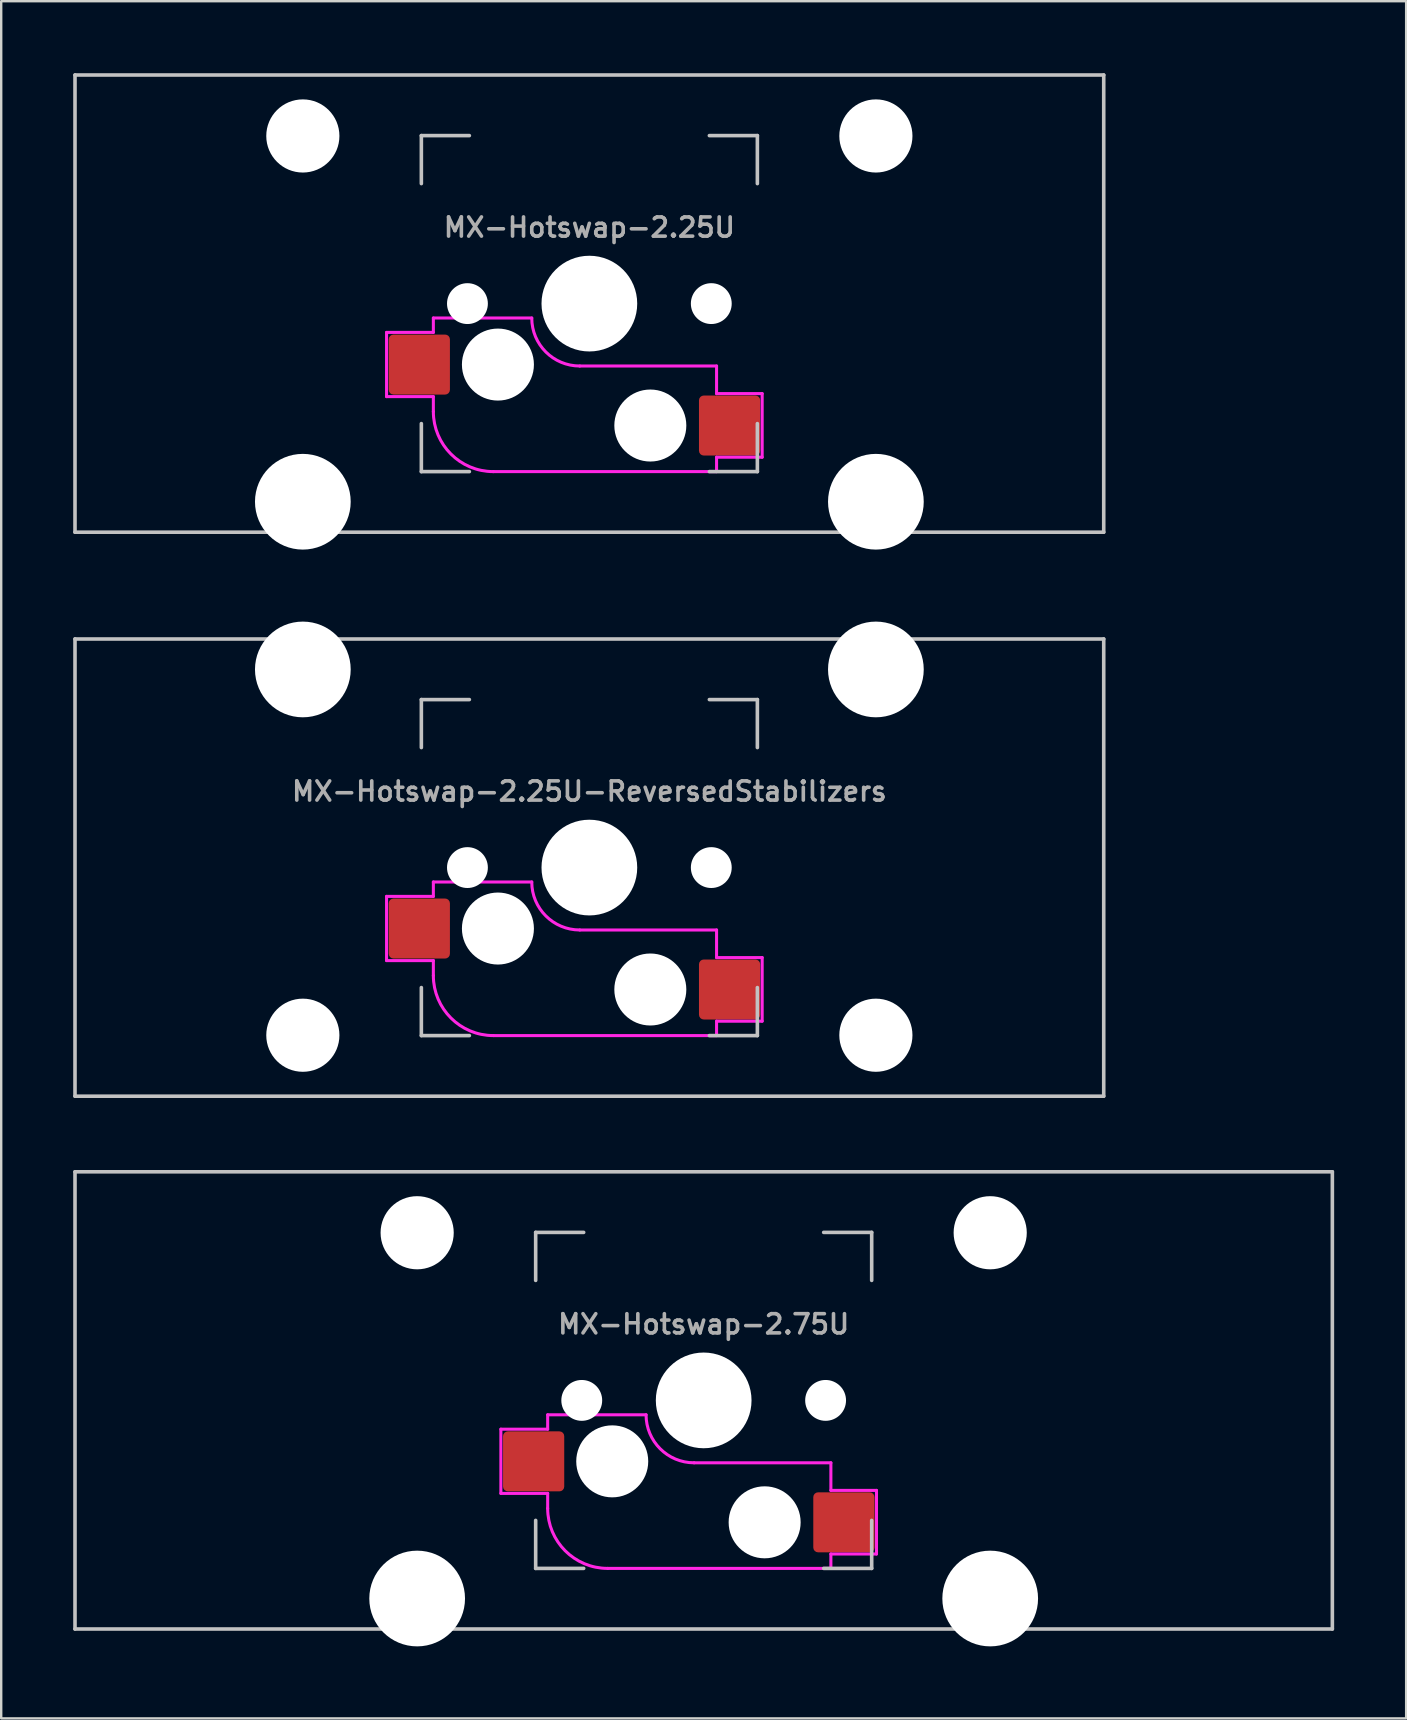
<source format=kicad_pcb>
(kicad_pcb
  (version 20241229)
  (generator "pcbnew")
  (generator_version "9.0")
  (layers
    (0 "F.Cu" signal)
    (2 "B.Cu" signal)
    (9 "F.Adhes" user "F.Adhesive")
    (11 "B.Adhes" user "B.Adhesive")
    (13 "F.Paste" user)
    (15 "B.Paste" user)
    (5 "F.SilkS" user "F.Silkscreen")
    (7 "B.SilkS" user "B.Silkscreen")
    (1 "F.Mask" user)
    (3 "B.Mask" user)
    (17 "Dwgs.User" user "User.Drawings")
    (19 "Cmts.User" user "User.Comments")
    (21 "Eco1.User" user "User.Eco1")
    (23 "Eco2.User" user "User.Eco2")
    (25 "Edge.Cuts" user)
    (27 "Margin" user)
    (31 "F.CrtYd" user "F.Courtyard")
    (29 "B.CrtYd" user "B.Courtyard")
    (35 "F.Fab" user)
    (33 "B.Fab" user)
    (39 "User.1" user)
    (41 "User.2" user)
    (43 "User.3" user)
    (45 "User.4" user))
  (footprint "MX-Hotswap-2.25U"
    (layer "F.Cu")
    (at 21.506 9.6)
    (property "Reference" "MX-Hotswap-2.25U" (at 0 -3.175 180) (layer "F.Fab") (effects (font (size 0.8 0.8) (thickness 0.15))))
    (attr smd)
    (fp_line (start -21.431 9.525) (end -21.431 -9.525) (stroke (width 0.15) (type solid)) (layer "Dwgs.User"))
    (fp_line (start -7 -7) (end -7 -5) (stroke (width 0.15) (type solid)) (layer "Dwgs.User"))
    (fp_line (start -7 5) (end -7 7) (stroke (width 0.15) (type solid)) (layer "Dwgs.User"))
    (fp_line (start -7 7) (end -5 7) (stroke (width 0.15) (type solid)) (layer "Dwgs.User"))
    (fp_line (start -5 -7) (end -7 -7) (stroke (width 0.15) (type solid)) (layer "Dwgs.User"))
    (fp_line (start 7 -7) (end 5 -7) (stroke (width 0.15) (type solid)) (layer "Dwgs.User"))
    (fp_line (start 7 -5) (end 7 -7) (stroke (width 0.15) (type solid)) (layer "Dwgs.User"))
    (fp_line (start 7 5) (end 7 7) (stroke (width 0.15) (type solid)) (layer "Dwgs.User"))
    (fp_line (start 7 7) (end 5 7) (stroke (width 0.15) (type solid)) (layer "Dwgs.User"))
    (fp_line (start 21.431 -9.525) (end -21.431 -9.525) (stroke (width 0.15) (type solid)) (layer "Dwgs.User"))
    (fp_line (start 21.431 9.525) (end -21.431 9.525) (stroke (width 0.15) (type solid)) (layer "Dwgs.User"))
    (fp_line (start 21.431 9.525) (end 21.431 -9.525) (stroke (width 0.15) (type solid)) (layer "Dwgs.User"))
    (fp_line (start -8.45 1.2) (end -8.45 3.875) (stroke (width 0.127) (type solid)) (layer "F.CrtYd"))
    (fp_line (start -8.45 3.875) (end -6.5 3.875) (stroke (width 0.127) (type solid)) (layer "F.CrtYd"))
    (fp_line (start -6.5 1.2) (end -8.45 1.2) (stroke (width 0.127) (type solid)) (layer "F.CrtYd"))
    (fp_line (start -6.5 1.2) (end -6.5 0.6) (stroke (width 0.127) (type solid)) (layer "F.CrtYd"))
    (fp_line (start -6.5 3.875) (end -6.5 4.5) (stroke (width 0.127) (type solid)) (layer "F.CrtYd"))
    (fp_line (start -4 7) (end 5.3 7) (stroke (width 0.127) (type solid)) (layer "F.CrtYd"))
    (fp_line (start -2.4 0.6) (end -6.5 0.6) (stroke (width 0.127) (type solid)) (layer "F.CrtYd"))
    (fp_line (start 5.3 2.6) (end -0.4 2.6) (stroke (width 0.127) (type solid)) (layer "F.CrtYd"))
    (fp_line (start 5.3 3.75) (end 5.3 2.6) (stroke (width 0.127) (type solid)) (layer "F.CrtYd"))
    (fp_line (start 5.3 3.75) (end 7.2 3.75) (stroke (width 0.127) (type solid)) (layer "F.CrtYd"))
    (fp_line (start 5.3 6.4) (end 5.3 7) (stroke (width 0.127) (type solid)) (layer "F.CrtYd"))
    (fp_line (start 7.2 3.75) (end 7.2 6.4) (stroke (width 0.127) (type solid)) (layer "F.CrtYd"))
    (fp_line (start 7.2 6.4) (end 5.3 6.4) (stroke (width 0.127) (type solid)) (layer "F.CrtYd"))
    (fp_arc (start -4 7) (mid -5.767767 6.267767) (end -6.5 4.5) (stroke (width 0.127) (type solid)) (layer "F.CrtYd"))
    (fp_arc (start -0.4 2.6) (mid -1.814214 2.014214) (end -2.4 0.6) (stroke (width 0.127) (type solid)) (layer "F.CrtYd"))
    (pad "" np_thru_hole circle (at -11.938 -6.985) (size 3.048 3.048) (drill 3.048) (layers "*.Cu" "*.Mask"))
    (pad "" np_thru_hole circle (at -11.938 8.255) (size 3.988 3.988) (drill 3.988) (layers "*.Cu" "*.Mask"))
    (pad "" np_thru_hole circle (at -5.08 0 131.901) (size 1.702 1.702) (drill 1.702) (layers "*.Cu" "*.Mask"))
    (pad "" np_thru_hole circle (at -3.81 2.54 180) (size 3 3) (drill 3) (layers "*.Cu" "*.Mask"))
    (pad "" np_thru_hole circle (at 0 0 180) (size 3.988 3.988) (drill 3.988) (layers "*.Cu" "*.Mask"))
    (pad "" np_thru_hole circle (at 2.54 5.08 180) (size 3 3) (drill 3) (layers "*.Cu" "*.Mask"))
    (pad "" np_thru_hole circle (at 5.08 0 131.901) (size 1.702 1.702) (drill 1.702) (layers "*.Cu" "*.Mask"))
    (pad "" np_thru_hole circle (at 11.938 -6.985) (size 3.048 3.048) (drill 3.048) (layers "*.Cu" "*.Mask"))
    (pad "" np_thru_hole circle (at 11.938 8.255) (size 3.988 3.988) (drill 3.988) (layers "*.Cu" "*.Mask"))
    (pad "1" smd roundrect (at -7.085 2.54 180) (size 2.55 2.5) (layers "F.Cu" "F.Mask" "F.Paste") (roundrect_rratio 0.08))
    (pad "2" smd roundrect (at 5.842 5.08 180) (size 2.55 2.5) (layers "F.Cu" "F.Mask" "F.Paste") (roundrect_rratio 0.08)))
  (footprint "MX-Hotswap-2.25U-ReversedStabilizers"
    (layer "F.Cu")
    (at 21.506 33.098)
    (property "Reference" "MX-Hotswap-2.25U-ReversedStabilizers" (at 0 -3.175 180) (layer "F.Fab") (effects (font (size 0.8 0.8) (thickness 0.15))))
    (attr smd)
    (fp_line (start -21.431 9.525) (end -21.431 -9.525) (stroke (width 0.15) (type solid)) (layer "Dwgs.User"))
    (fp_line (start -7 -7) (end -7 -5) (stroke (width 0.15) (type solid)) (layer "Dwgs.User"))
    (fp_line (start -7 5) (end -7 7) (stroke (width 0.15) (type solid)) (layer "Dwgs.User"))
    (fp_line (start -7 7) (end -5 7) (stroke (width 0.15) (type solid)) (layer "Dwgs.User"))
    (fp_line (start -5 -7) (end -7 -7) (stroke (width 0.15) (type solid)) (layer "Dwgs.User"))
    (fp_line (start 7 -7) (end 5 -7) (stroke (width 0.15) (type solid)) (layer "Dwgs.User"))
    (fp_line (start 7 -5) (end 7 -7) (stroke (width 0.15) (type solid)) (layer "Dwgs.User"))
    (fp_line (start 7 5) (end 7 7) (stroke (width 0.15) (type solid)) (layer "Dwgs.User"))
    (fp_line (start 7 7) (end 5 7) (stroke (width 0.15) (type solid)) (layer "Dwgs.User"))
    (fp_line (start 21.431 -9.525) (end -21.431 -9.525) (stroke (width 0.15) (type solid)) (layer "Dwgs.User"))
    (fp_line (start 21.431 9.525) (end -21.431 9.525) (stroke (width 0.15) (type solid)) (layer "Dwgs.User"))
    (fp_line (start 21.431 9.525) (end 21.431 -9.525) (stroke (width 0.15) (type solid)) (layer "Dwgs.User"))
    (fp_line (start -8.45 1.2) (end -8.45 3.875) (stroke (width 0.127) (type solid)) (layer "F.CrtYd"))
    (fp_line (start -8.45 3.875) (end -6.5 3.875) (stroke (width 0.127) (type solid)) (layer "F.CrtYd"))
    (fp_line (start -6.5 1.2) (end -8.45 1.2) (stroke (width 0.127) (type solid)) (layer "F.CrtYd"))
    (fp_line (start -6.5 1.2) (end -6.5 0.6) (stroke (width 0.127) (type solid)) (layer "F.CrtYd"))
    (fp_line (start -6.5 3.875) (end -6.5 4.5) (stroke (width 0.127) (type solid)) (layer "F.CrtYd"))
    (fp_line (start -4 7) (end 5.3 7) (stroke (width 0.127) (type solid)) (layer "F.CrtYd"))
    (fp_line (start -2.4 0.6) (end -6.5 0.6) (stroke (width 0.127) (type solid)) (layer "F.CrtYd"))
    (fp_line (start 5.3 2.6) (end -0.4 2.6) (stroke (width 0.127) (type solid)) (layer "F.CrtYd"))
    (fp_line (start 5.3 3.75) (end 5.3 2.6) (stroke (width 0.127) (type solid)) (layer "F.CrtYd"))
    (fp_line (start 5.3 3.75) (end 7.2 3.75) (stroke (width 0.127) (type solid)) (layer "F.CrtYd"))
    (fp_line (start 5.3 6.4) (end 5.3 7) (stroke (width 0.127) (type solid)) (layer "F.CrtYd"))
    (fp_line (start 7.2 3.75) (end 7.2 6.4) (stroke (width 0.127) (type solid)) (layer "F.CrtYd"))
    (fp_line (start 7.2 6.4) (end 5.3 6.4) (stroke (width 0.127) (type solid)) (layer "F.CrtYd"))
    (fp_arc (start -4 7) (mid -5.767767 6.267767) (end -6.5 4.5) (stroke (width 0.127) (type solid)) (layer "F.CrtYd"))
    (fp_arc (start -0.4 2.6) (mid -1.814214 2.014214) (end -2.4 0.6) (stroke (width 0.127) (type solid)) (layer "F.CrtYd"))
    (pad "" np_thru_hole circle (at -11.938 -8.255) (size 3.988 3.988) (drill 3.988) (layers "*.Cu" "*.Mask"))
    (pad "" np_thru_hole circle (at -11.938 6.985) (size 3.048 3.048) (drill 3.048) (layers "*.Cu" "*.Mask"))
    (pad "" np_thru_hole circle (at -5.08 0 131.901) (size 1.702 1.702) (drill 1.702) (layers "*.Cu" "*.Mask"))
    (pad "" np_thru_hole circle (at -3.81 2.54 180) (size 3 3) (drill 3) (layers "*.Cu" "*.Mask"))
    (pad "" np_thru_hole circle (at 0 0 180) (size 3.988 3.988) (drill 3.988) (layers "*.Cu" "*.Mask"))
    (pad "" np_thru_hole circle (at 2.54 5.08 180) (size 3 3) (drill 3) (layers "*.Cu" "*.Mask"))
    (pad "" np_thru_hole circle (at 5.08 0 131.901) (size 1.702 1.702) (drill 1.702) (layers "*.Cu" "*.Mask"))
    (pad "" np_thru_hole circle (at 11.938 -8.255) (size 3.988 3.988) (drill 3.988) (layers "*.Cu" "*.Mask"))
    (pad "" np_thru_hole circle (at 11.938 6.985) (size 3.048 3.048) (drill 3.048) (layers "*.Cu" "*.Mask"))
    (pad "1" smd roundrect (at -7.085 2.54 180) (size 2.55 2.5) (layers "F.Cu" "F.Mask" "F.Paste") (roundrect_rratio 0.08))
    (pad "2" smd roundrect (at 5.842 5.08 180) (size 2.55 2.5) (layers "F.Cu" "F.Mask" "F.Paste") (roundrect_rratio 0.08)))
  (footprint "MX-Hotswap-2.75U"
    (layer "F.Cu")
    (at 26.269 55.298)
    (property "Reference" "MX-Hotswap-2.75U" (at 0 -3.175 180) (layer "F.Fab") (effects (font (size 0.8 0.8) (thickness 0.15))))
    (attr smd)
    (fp_line (start -26.194 9.525) (end -26.194 -9.525) (stroke (width 0.15) (type solid)) (layer "Dwgs.User"))
    (fp_line (start -7 -7) (end -7 -5) (stroke (width 0.15) (type solid)) (layer "Dwgs.User"))
    (fp_line (start -7 5) (end -7 7) (stroke (width 0.15) (type solid)) (layer "Dwgs.User"))
    (fp_line (start -7 7) (end -5 7) (stroke (width 0.15) (type solid)) (layer "Dwgs.User"))
    (fp_line (start -5 -7) (end -7 -7) (stroke (width 0.15) (type solid)) (layer "Dwgs.User"))
    (fp_line (start 7 -7) (end 5 -7) (stroke (width 0.15) (type solid)) (layer "Dwgs.User"))
    (fp_line (start 7 -5) (end 7 -7) (stroke (width 0.15) (type solid)) (layer "Dwgs.User"))
    (fp_line (start 7 5) (end 7 7) (stroke (width 0.15) (type solid)) (layer "Dwgs.User"))
    (fp_line (start 7 7) (end 5 7) (stroke (width 0.15) (type solid)) (layer "Dwgs.User"))
    (fp_line (start 26.194 -9.525) (end -26.194 -9.525) (stroke (width 0.15) (type solid)) (layer "Dwgs.User"))
    (fp_line (start 26.194 9.525) (end -26.194 9.525) (stroke (width 0.15) (type solid)) (layer "Dwgs.User"))
    (fp_line (start 26.194 9.525) (end 26.194 -9.525) (stroke (width 0.15) (type solid)) (layer "Dwgs.User"))
    (fp_line (start -8.45 1.2) (end -8.45 3.875) (stroke (width 0.127) (type solid)) (layer "F.CrtYd"))
    (fp_line (start -8.45 3.875) (end -6.5 3.875) (stroke (width 0.127) (type solid)) (layer "F.CrtYd"))
    (fp_line (start -6.5 1.2) (end -8.45 1.2) (stroke (width 0.127) (type solid)) (layer "F.CrtYd"))
    (fp_line (start -6.5 1.2) (end -6.5 0.6) (stroke (width 0.127) (type solid)) (layer "F.CrtYd"))
    (fp_line (start -6.5 3.875) (end -6.5 4.5) (stroke (width 0.127) (type solid)) (layer "F.CrtYd"))
    (fp_line (start -4 7) (end 5.3 7) (stroke (width 0.127) (type solid)) (layer "F.CrtYd"))
    (fp_line (start -2.4 0.6) (end -6.5 0.6) (stroke (width 0.127) (type solid)) (layer "F.CrtYd"))
    (fp_line (start 5.3 2.6) (end -0.4 2.6) (stroke (width 0.127) (type solid)) (layer "F.CrtYd"))
    (fp_line (start 5.3 3.75) (end 5.3 2.6) (stroke (width 0.127) (type solid)) (layer "F.CrtYd"))
    (fp_line (start 5.3 3.75) (end 7.2 3.75) (stroke (width 0.127) (type solid)) (layer "F.CrtYd"))
    (fp_line (start 5.3 6.4) (end 5.3 7) (stroke (width 0.127) (type solid)) (layer "F.CrtYd"))
    (fp_line (start 7.2 3.75) (end 7.2 6.4) (stroke (width 0.127) (type solid)) (layer "F.CrtYd"))
    (fp_line (start 7.2 6.4) (end 5.3 6.4) (stroke (width 0.127) (type solid)) (layer "F.CrtYd"))
    (fp_arc (start -4 7) (mid -5.767767 6.267767) (end -6.5 4.5) (stroke (width 0.127) (type solid)) (layer "F.CrtYd"))
    (fp_arc (start -0.4 2.6) (mid -1.814214 2.014214) (end -2.4 0.6) (stroke (width 0.127) (type solid)) (layer "F.CrtYd"))
    (pad "" np_thru_hole circle (at -11.938 -6.985) (size 3.048 3.048) (drill 3.048) (layers "*.Cu" "*.Mask"))
    (pad "" np_thru_hole circle (at -11.938 8.255) (size 3.988 3.988) (drill 3.988) (layers "*.Cu" "*.Mask"))
    (pad "" np_thru_hole circle (at -5.08 0 131.901) (size 1.702 1.702) (drill 1.702) (layers "*.Cu" "*.Mask"))
    (pad "" np_thru_hole circle (at -3.81 2.54 180) (size 3 3) (drill 3) (layers "*.Cu" "*.Mask"))
    (pad "" np_thru_hole circle (at 0 0 180) (size 3.988 3.988) (drill 3.988) (layers "*.Cu" "*.Mask"))
    (pad "" np_thru_hole circle (at 2.54 5.08 180) (size 3 3) (drill 3) (layers "*.Cu" "*.Mask"))
    (pad "" np_thru_hole circle (at 5.08 0 131.901) (size 1.702 1.702) (drill 1.702) (layers "*.Cu" "*.Mask"))
    (pad "" np_thru_hole circle (at 11.938 -6.985) (size 3.048 3.048) (drill 3.048) (layers "*.Cu" "*.Mask"))
    (pad "" np_thru_hole circle (at 11.938 8.255) (size 3.988 3.988) (drill 3.988) (layers "*.Cu" "*.Mask"))
    (pad "1" smd roundrect (at -7.085 2.54 180) (size 2.55 2.5) (layers "F.Cu" "F.Mask" "F.Paste") (roundrect_rratio 0.08))
    (pad "2" smd roundrect (at 5.842 5.08 180) (size 2.55 2.5) (layers "F.Cu" "F.Mask" "F.Paste") (roundrect_rratio 0.08)))
  (gr_rect
    (start -3 -3)
    (end 55.538 68.547)
    (stroke (width 0.1) (type default))
    (fill no)
    (layer "Edge.Cuts")))
</source>
